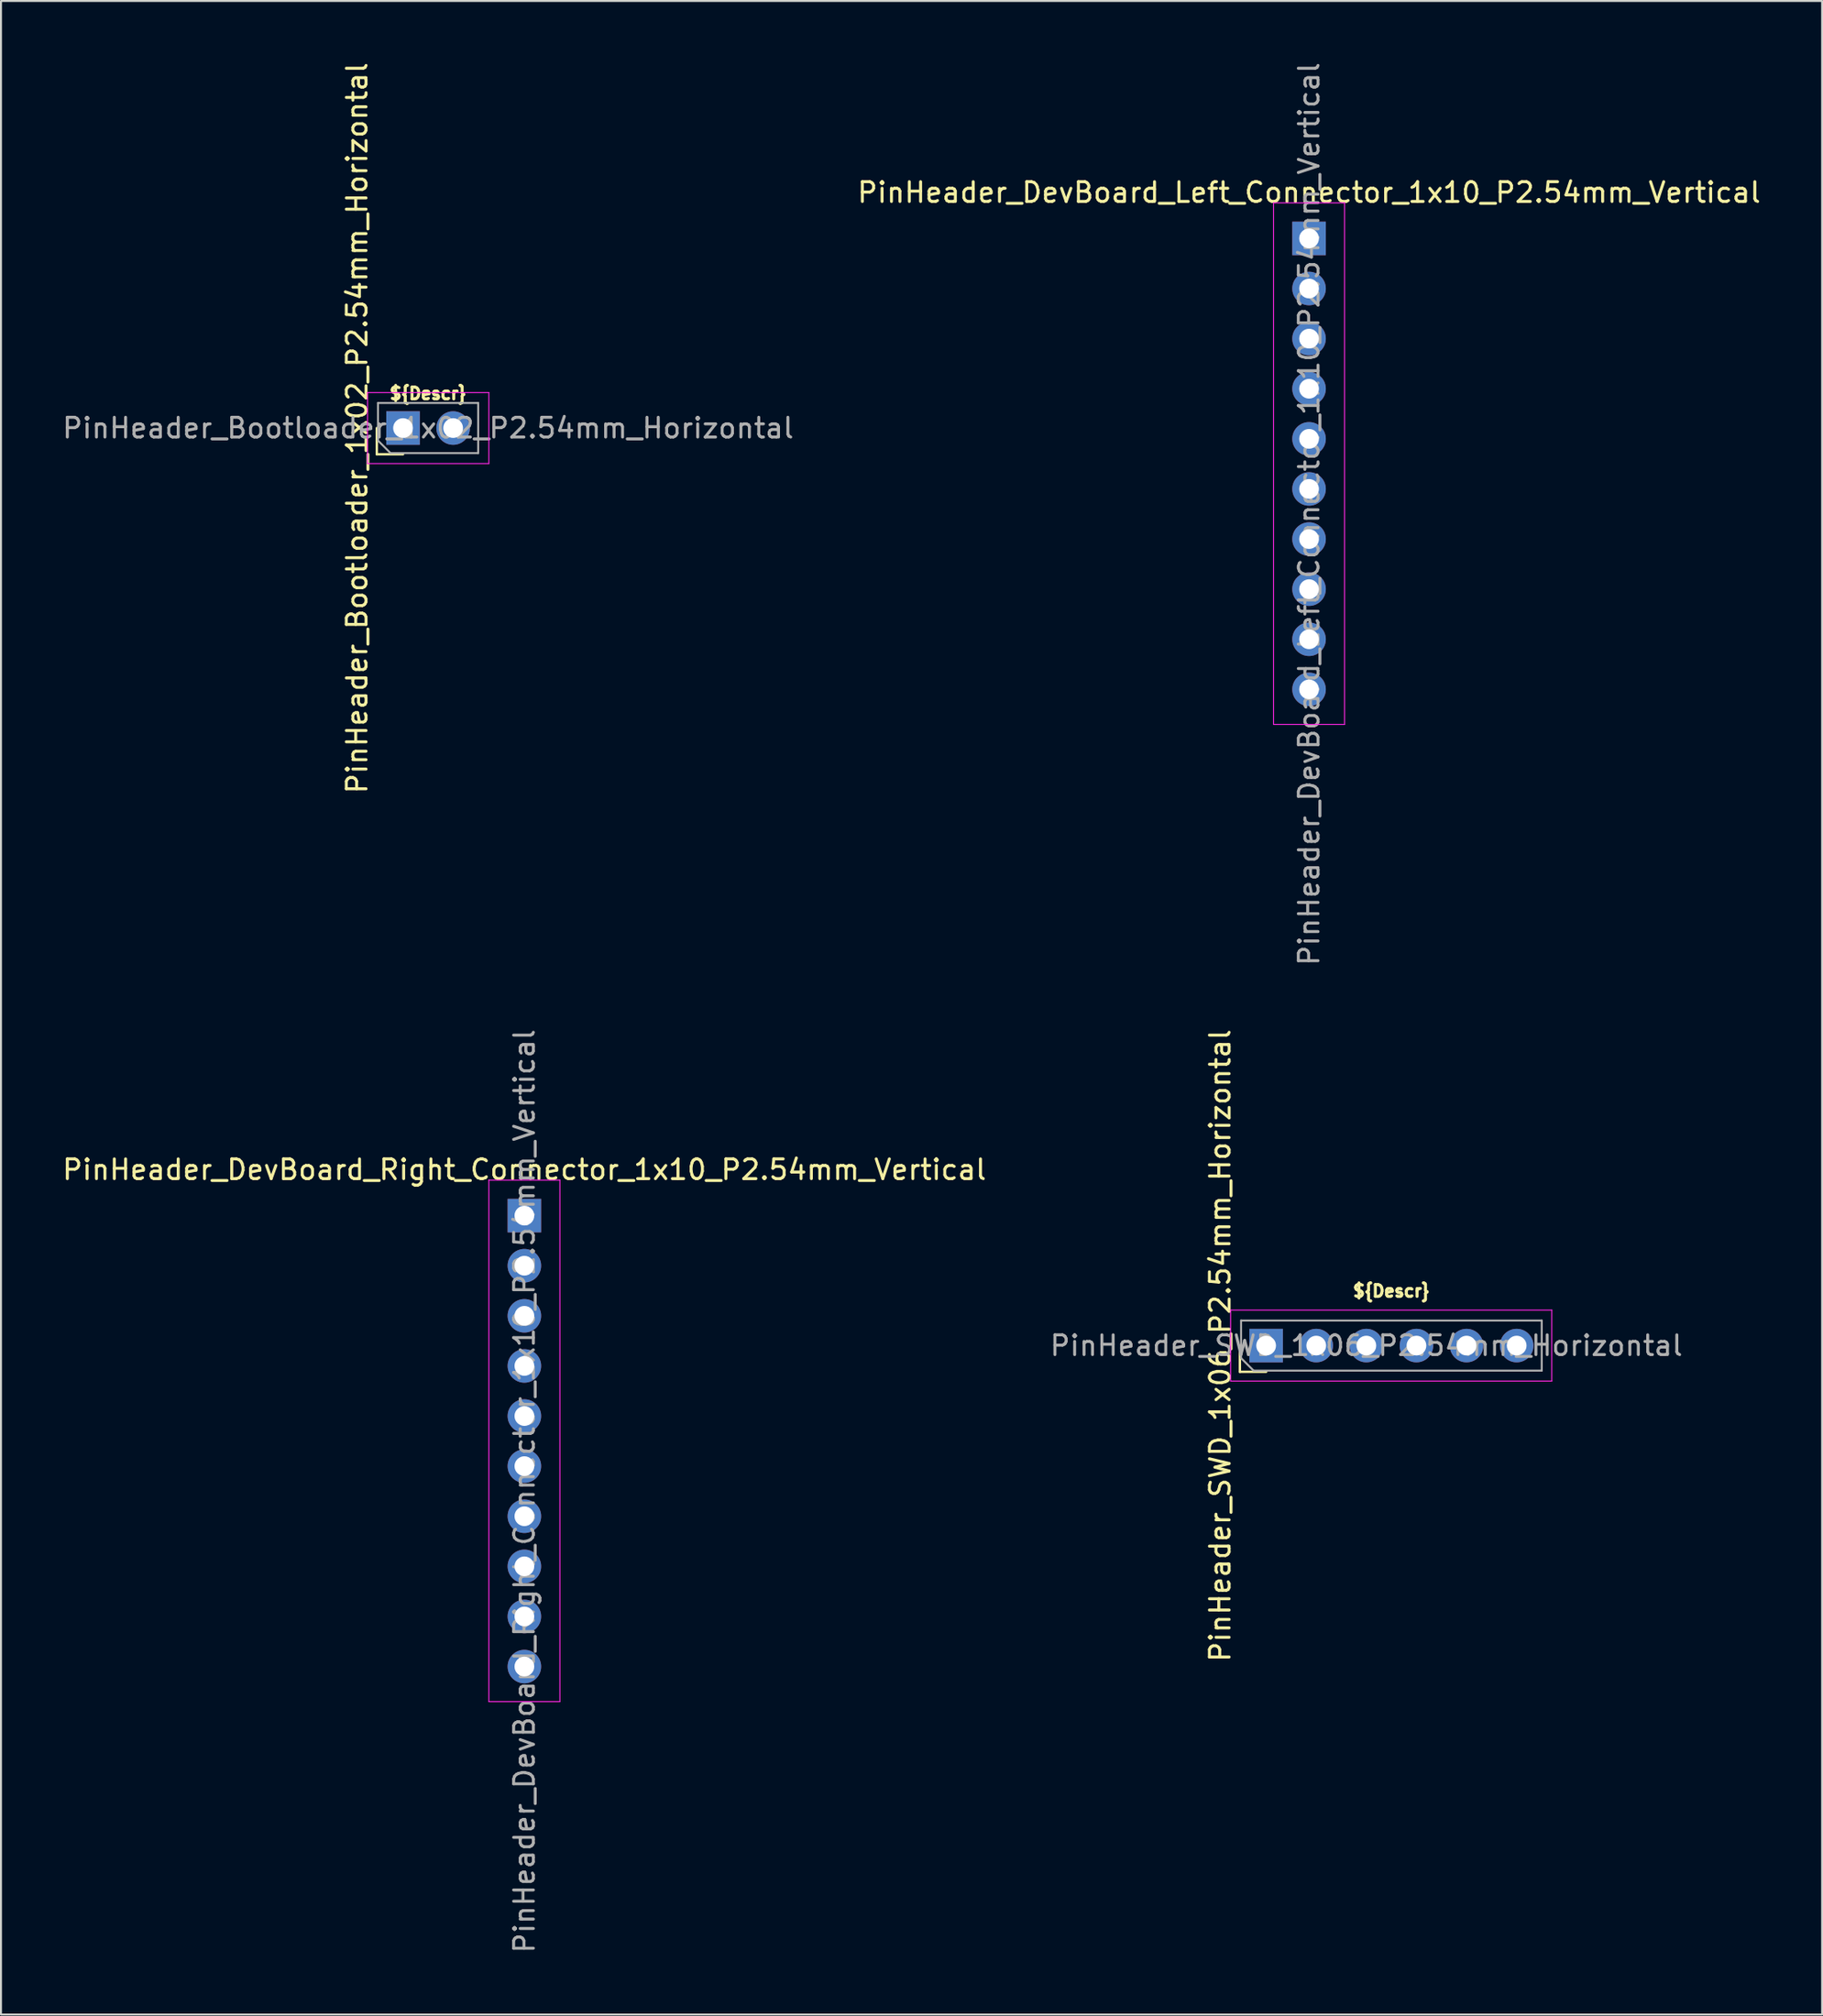
<source format=kicad_pcb>
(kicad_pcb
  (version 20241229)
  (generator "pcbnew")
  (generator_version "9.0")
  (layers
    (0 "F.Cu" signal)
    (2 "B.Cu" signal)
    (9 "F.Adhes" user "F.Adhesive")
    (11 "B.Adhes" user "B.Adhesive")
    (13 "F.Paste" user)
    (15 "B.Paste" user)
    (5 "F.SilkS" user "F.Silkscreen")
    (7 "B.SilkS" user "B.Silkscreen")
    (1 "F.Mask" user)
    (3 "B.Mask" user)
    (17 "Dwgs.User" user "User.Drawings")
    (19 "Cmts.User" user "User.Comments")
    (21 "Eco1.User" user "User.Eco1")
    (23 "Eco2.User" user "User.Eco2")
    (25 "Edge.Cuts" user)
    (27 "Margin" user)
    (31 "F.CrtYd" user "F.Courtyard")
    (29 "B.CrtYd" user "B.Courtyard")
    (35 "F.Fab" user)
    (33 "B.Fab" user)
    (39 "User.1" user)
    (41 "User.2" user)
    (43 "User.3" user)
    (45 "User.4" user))
  (footprint "PinHeader_DevBoard_Right_Connector_1x10_P2.54mm_Vertical"
    (layer "F.Cu")
    (at 23.53 58.572)
    (property "Reference" "PinHeader_DevBoard_Right_Connector_1x10_P2.54mm_Vertical" (at 0 -2.33 0) (layer "F.SilkS") (effects (font (size 1 1) (thickness 0.15))))
    (attr through_hole)
    (fp_line (start -1.8 -1.8) (end -1.8 24.638) (stroke (width 0.05) (type solid)) (layer "F.CrtYd"))
    (fp_line (start -1.8 24.638) (end 1.8 24.638) (stroke (width 0.05) (type solid)) (layer "F.CrtYd"))
    (fp_line (start 1.8 -1.8) (end -1.8 -1.8) (stroke (width 0.05) (type solid)) (layer "F.CrtYd"))
    (fp_line (start 1.8 24.638) (end 1.8 -1.8) (stroke (width 0.05) (type solid)) (layer "F.CrtYd"))
    (fp_text user "${NET_NAME(3)}" (at 0.508 4.318 315) (unlocked yes) (layer "B.SilkS") (effects (font (size 0.6 0.6) (thickness 0.15) (bold yes)) (justify bottom mirror)))
    (fp_text user "${NET_NAME(10)}" (at 0.508 22.098 315) (unlocked yes) (layer "B.SilkS") (effects (font (size 0.6 0.6) (thickness 0.15) (bold yes)) (justify bottom mirror)))
    (fp_text user "${NET_NAME(5)}" (at 0.508 9.398 315) (unlocked yes) (layer "B.SilkS") (effects (font (size 0.6 0.6) (thickness 0.15) (bold yes)) (justify bottom mirror)))
    (fp_text user "${NET_NAME(4)}" (at 0.508 6.858 315) (unlocked yes) (layer "B.SilkS") (effects (font (size 0.6 0.6) (thickness 0.15) (bold yes)) (justify bottom mirror)))
    (fp_text user "${NET_NAME(6)}" (at 0.508 11.938 315) (unlocked yes) (layer "B.SilkS") (effects (font (size 0.6 0.6) (thickness 0.15) (bold yes)) (justify bottom mirror)))
    (fp_text user "${NET_NAME(7)}" (at 0.508 14.478 315) (unlocked yes) (layer "B.SilkS") (effects (font (size 0.6 0.6) (thickness 0.15) (bold yes)) (justify bottom mirror)))
    (fp_text user "${NET_NAME(9)}" (at 0.508 19.558 315) (unlocked yes) (layer "B.SilkS") (effects (font (size 0.6 0.6) (thickness 0.15) (bold yes)) (justify bottom mirror)))
    (fp_text user "${NET_NAME(2)}" (at 0.508 1.778 315) (unlocked yes) (layer "B.SilkS") (effects (font (size 0.6 0.6) (thickness 0.15) (bold yes)) (justify bottom mirror)))
    (fp_text user "${NET_NAME(1)}" (at 0.762 -1.016 315) (unlocked yes) (layer "B.SilkS") (effects (font (size 0.6 0.6) (thickness 0.15) (bold yes)) (justify bottom mirror)))
    (fp_text user "${NET_NAME(8)}" (at 0.508 17.018 315) (unlocked yes) (layer "B.SilkS") (effects (font (size 0.6 0.6) (thickness 0.15) (bold yes)) (justify bottom mirror)))
    (fp_text user "${REFERENCE}" (at 0 13.97 90) (layer "F.Fab") (effects (font (size 1 1) (thickness 0.15))))
    (pad "1" thru_hole rect (at 0 0) (size 1.7 1.7) (drill 1) (layers "*.Cu" "*.Mask"))
    (pad "2" thru_hole oval (at 0 2.54) (size 1.7 1.7) (drill 1) (layers "*.Cu" "*.Mask"))
    (pad "3" thru_hole oval (at 0 5.08) (size 1.7 1.7) (drill 1) (layers "*.Cu" "*.Mask"))
    (pad "4" thru_hole oval (at 0 7.62) (size 1.7 1.7) (drill 1) (layers "*.Cu" "*.Mask"))
    (pad "5" thru_hole oval (at 0 10.16) (size 1.7 1.7) (drill 1) (layers "*.Cu" "*.Mask"))
    (pad "6" thru_hole oval (at 0 12.7) (size 1.7 1.7) (drill 1) (layers "*.Cu" "*.Mask"))
    (pad "7" thru_hole oval (at 0 15.24) (size 1.7 1.7) (drill 1) (layers "*.Cu" "*.Mask"))
    (pad "8" thru_hole oval (at 0 17.78) (size 1.7 1.7) (drill 1) (layers "*.Cu" "*.Mask"))
    (pad "9" thru_hole oval (at 0 20.32) (size 1.7 1.7) (drill 1) (layers "*.Cu" "*.Mask"))
    (pad "10" thru_hole oval (at 0 22.86) (size 1.7 1.7) (drill 1) (layers "*.Cu" "*.Mask")))
  (footprint "PinHeader_DevBoard_Left_Connector_1x10_P2.54mm_Vertical"
    (layer "F.Cu")
    (at 63.304 9.036)
    (property "Reference" "PinHeader_DevBoard_Left_Connector_1x10_P2.54mm_Vertical" (at 0 -2.33 0) (layer "F.SilkS") (effects (font (size 1 1) (thickness 0.15))))
    (attr through_hole)
    (fp_line (start -1.8 -1.8) (end -1.8 24.638) (stroke (width 0.05) (type solid)) (layer "F.CrtYd"))
    (fp_line (start -1.8 24.638) (end 1.8 24.638) (stroke (width 0.05) (type solid)) (layer "F.CrtYd"))
    (fp_line (start 1.8 -1.8) (end -1.8 -1.8) (stroke (width 0.05) (type solid)) (layer "F.CrtYd"))
    (fp_line (start 1.8 24.638) (end 1.8 -1.8) (stroke (width 0.05) (type solid)) (layer "F.CrtYd"))
    (fp_text user "${NET_NAME(8)}" (at -0.508 17.018 45) (unlocked yes) (layer "B.SilkS") (effects (font (size 0.6 0.6) (thickness 0.15) (bold yes)) (justify bottom mirror)))
    (fp_text user "${NET_NAME(5)}" (at -0.508 9.398 45) (unlocked yes) (layer "B.SilkS") (effects (font (size 0.6 0.6) (thickness 0.15) (bold yes)) (justify bottom mirror)))
    (fp_text user "${NET_NAME(6)}" (at -0.508 11.938 45) (unlocked yes) (layer "B.SilkS") (effects (font (size 0.6 0.6) (thickness 0.15) (bold yes)) (justify bottom mirror)))
    (fp_text user "${NET_NAME(4)}" (at -0.508 6.858 45) (unlocked yes) (layer "B.SilkS") (effects (font (size 0.6 0.6) (thickness 0.15) (bold yes)) (justify bottom mirror)))
    (fp_text user "${NET_NAME(7)}" (at -0.508 14.478 45) (unlocked yes) (layer "B.SilkS") (effects (font (size 0.6 0.6) (thickness 0.15) (bold yes)) (justify bottom mirror)))
    (fp_text user "${NET_NAME(2)}" (at -0.508 1.778 45) (unlocked yes) (layer "B.SilkS") (effects (font (size 0.6 0.6) (thickness 0.15) (bold yes)) (justify bottom mirror)))
    (fp_text user "${NET_NAME(1)}" (at -0.762 -1.016 45) (unlocked yes) (layer "B.SilkS") (effects (font (size 0.6 0.6) (thickness 0.15) (bold yes)) (justify bottom mirror)))
    (fp_text user "${NET_NAME(10)}" (at -0.508 22.098 45) (unlocked yes) (layer "B.SilkS") (effects (font (size 0.6 0.6) (thickness 0.15) (bold yes)) (justify bottom mirror)))
    (fp_text user "${NET_NAME(9)}" (at -0.508 19.558 45) (unlocked yes) (layer "B.SilkS") (effects (font (size 0.6 0.6) (thickness 0.15) (bold yes)) (justify bottom mirror)))
    (fp_text user "${NET_NAME(3)}" (at -0.508 4.318 45) (unlocked yes) (layer "B.SilkS") (effects (font (size 0.6 0.6) (thickness 0.15) (bold yes)) (justify bottom mirror)))
    (fp_text user "${REFERENCE}" (at 0 13.97 90) (layer "F.Fab") (effects (font (size 1 1) (thickness 0.15))))
    (pad "1" thru_hole rect (at 0 0) (size 1.7 1.7) (drill 1) (layers "*.Cu" "*.Mask"))
    (pad "2" thru_hole oval (at 0 2.54) (size 1.7 1.7) (drill 1) (layers "*.Cu" "*.Mask"))
    (pad "3" thru_hole oval (at 0 5.08) (size 1.7 1.7) (drill 1) (layers "*.Cu" "*.Mask"))
    (pad "4" thru_hole oval (at 0 7.62) (size 1.7 1.7) (drill 1) (layers "*.Cu" "*.Mask"))
    (pad "5" thru_hole oval (at 0 10.16) (size 1.7 1.7) (drill 1) (layers "*.Cu" "*.Mask"))
    (pad "6" thru_hole oval (at 0 12.7) (size 1.7 1.7) (drill 1) (layers "*.Cu" "*.Mask"))
    (pad "7" thru_hole oval (at 0 15.24) (size 1.7 1.7) (drill 1) (layers "*.Cu" "*.Mask"))
    (pad "8" thru_hole oval (at 0 17.78) (size 1.7 1.7) (drill 1) (layers "*.Cu" "*.Mask"))
    (pad "9" thru_hole oval (at 0 20.32) (size 1.7 1.7) (drill 1) (layers "*.Cu" "*.Mask"))
    (pad "10" thru_hole oval (at 0 22.86) (size 1.7 1.7) (drill 1) (layers "*.Cu" "*.Mask")))
  (footprint "PinHeader_Bootloader_1x02_P2.54mm_Horizontal"
    (layer "F.Cu")
    (at 17.379 18.649)
    (property "Reference" "PinHeader_Bootloader_1x02_P2.54mm_Horizontal" (at -2.33 0 90) (layer "F.SilkS") (effects (font (size 1 1) (thickness 0.15))))
    (attr through_hole)
    (fp_line (start -1.33 1.33) (end -1.33 0) (stroke (width 0.12) (type solid)) (layer "F.SilkS"))
    (fp_line (start 0 1.33) (end -1.33 1.33) (stroke (width 0.12) (type solid)) (layer "F.SilkS"))
    (fp_line (start -1.8 -1.8) (end -1.8 1.8) (stroke (width 0.05) (type solid)) (layer "F.CrtYd"))
    (fp_line (start -1.8 1.8) (end 4.35 1.8) (stroke (width 0.05) (type solid)) (layer "F.CrtYd"))
    (fp_line (start 4.35 -1.8) (end -1.8 -1.8) (stroke (width 0.05) (type solid)) (layer "F.CrtYd"))
    (fp_line (start 4.35 1.8) (end 4.35 -1.8) (stroke (width 0.05) (type solid)) (layer "F.CrtYd"))
    (fp_line (start -1.27 -1.27) (end 3.81 -1.27) (stroke (width 0.1) (type solid)) (layer "F.Fab"))
    (fp_line (start -1.27 0.635) (end -1.27 -1.27) (stroke (width 0.1) (type solid)) (layer "F.Fab"))
    (fp_line (start -0.635 1.27) (end -1.27 0.635) (stroke (width 0.1) (type solid)) (layer "F.Fab"))
    (fp_line (start 3.81 -1.27) (end 3.81 1.27) (stroke (width 0.1) (type solid)) (layer "F.Fab"))
    (fp_line (start 3.81 1.27) (end -0.635 1.27) (stroke (width 0.1) (type solid)) (layer "F.Fab"))
    (fp_text user "${Descr}" (at 1.27 -1.397 0) (unlocked yes) (layer "F.SilkS") (effects (font (size 0.6 0.6) (thickness 0.15) (bold yes)) (justify bottom)))
    (fp_text user "${REFERENCE}" (at 1.27 0 180) (layer "F.Fab") (effects (font (size 1 1) (thickness 0.15))))
    (pad "1" thru_hole rect (at 0 0 90) (size 1.7 1.7) (drill 1) (layers "*.Cu" "*.Mask"))
    (pad "2" thru_hole oval (at 2.54 0 90) (size 1.7 1.7) (drill 1) (layers "*.Cu" "*.Mask")))
  (footprint "PinHeader_SWD_1x06_P2.54mm_Horizontal"
    (layer "F.Cu")
    (at 61.128 65.161)
    (property "Reference" "PinHeader_SWD_1x06_P2.54mm_Horizontal" (at -2.33 0 90) (layer "F.SilkS") (effects (font (size 1 1) (thickness 0.15))))
    (attr through_hole)
    (fp_line (start -1.33 1.33) (end -1.33 0) (stroke (width 0.12) (type solid)) (layer "F.SilkS"))
    (fp_line (start 0 1.33) (end -1.33 1.33) (stroke (width 0.12) (type solid)) (layer "F.SilkS"))
    (fp_line (start -1.8 -1.8) (end -1.8 1.8) (stroke (width 0.05) (type solid)) (layer "F.CrtYd"))
    (fp_line (start -1.8 1.8) (end 14.478 1.8) (stroke (width 0.05) (type solid)) (layer "F.CrtYd"))
    (fp_line (start 14.478 -1.8) (end -1.8 -1.8) (stroke (width 0.05) (type solid)) (layer "F.CrtYd"))
    (fp_line (start 14.478 1.8) (end 14.478 -1.8) (stroke (width 0.05) (type solid)) (layer "F.CrtYd"))
    (fp_line (start -1.27 -1.27) (end 13.97 -1.27) (stroke (width 0.1) (type solid)) (layer "F.Fab"))
    (fp_line (start -1.27 0.635) (end -1.27 -1.27) (stroke (width 0.1) (type solid)) (layer "F.Fab"))
    (fp_line (start -0.635 1.27) (end -1.27 0.635) (stroke (width 0.1) (type solid)) (layer "F.Fab"))
    (fp_line (start 13.97 -1.27) (end 13.97 1.27) (stroke (width 0.1) (type solid)) (layer "F.Fab"))
    (fp_line (start 13.97 1.27) (end -0.635 1.27) (stroke (width 0.1) (type solid)) (layer "F.Fab"))
    (fp_text user "${NET_NAME(4)}" (at 7.62 -1.397 0) (unlocked yes) (layer "F.SilkS") (effects (font (size 0.6 0.6) (thickness 0.15) (bold yes)) (justify bottom)))
    (fp_text user "${NET_NAME(5)}" (at 10.16 -1.397 0) (unlocked yes) (layer "F.SilkS") (effects (font (size 0.6 0.6) (thickness 0.15) (bold yes)) (justify bottom)))
    (fp_text user "${NET_NAME(6)}" (at 12.7 -1.397 0) (unlocked yes) (layer "F.SilkS") (effects (font (size 0.6 0.6) (thickness 0.15) (bold yes)) (justify bottom)))
    (fp_text user "${NET_NAME(2)}" (at 2.54 -1.397 0) (unlocked yes) (layer "F.SilkS") (effects (font (size 0.6 0.6) (thickness 0.15) (bold yes)) (justify bottom)))
    (fp_text user "${NET_NAME(3)}" (at 5.08 -1.397 0) (unlocked yes) (layer "F.SilkS") (effects (font (size 0.6 0.6) (thickness 0.15) (bold yes)) (justify bottom)))
    (fp_text user "${Descr}" (at 6.35 -2.413 0) (unlocked yes) (layer "F.SilkS") (effects (font (size 0.6 0.6) (thickness 0.15) (bold yes)) (justify bottom)))
    (fp_text user "${NET_NAME(1)}" (at 0 -1.397 0) (unlocked yes) (layer "F.SilkS") (effects (font (size 0.6 0.6) (thickness 0.15) (bold yes)) (justify bottom)))
    (fp_text user "${REFERENCE}" (at 5.08 0 180) (layer "F.Fab") (effects (font (size 1 1) (thickness 0.15))))
    (pad "1" thru_hole rect (at 0 0 90) (size 1.7 1.7) (drill 1) (layers "*.Cu" "*.Mask"))
    (pad "2" thru_hole oval (at 2.54 0 90) (size 1.7 1.7) (drill 1) (layers "*.Cu" "*.Mask"))
    (pad "3" thru_hole oval (at 5.08 0 90) (size 1.7 1.7) (drill 1) (layers "*.Cu" "*.Mask"))
    (pad "4" thru_hole oval (at 7.62 0 90) (size 1.7 1.7) (drill 1) (layers "*.Cu" "*.Mask"))
    (pad "5" thru_hole oval (at 10.16 0 90) (size 1.7 1.7) (drill 1) (layers "*.Cu" "*.Mask"))
    (pad "6" thru_hole oval (at 12.7 0 90) (size 1.7 1.7) (drill 1) (layers "*.Cu" "*.Mask")))
  (gr_rect
    (start -3 -3)
    (end 89.31 99.071)
    (stroke (width 0.1) (type default))
    (fill no)
    (layer "Edge.Cuts")))
</source>
